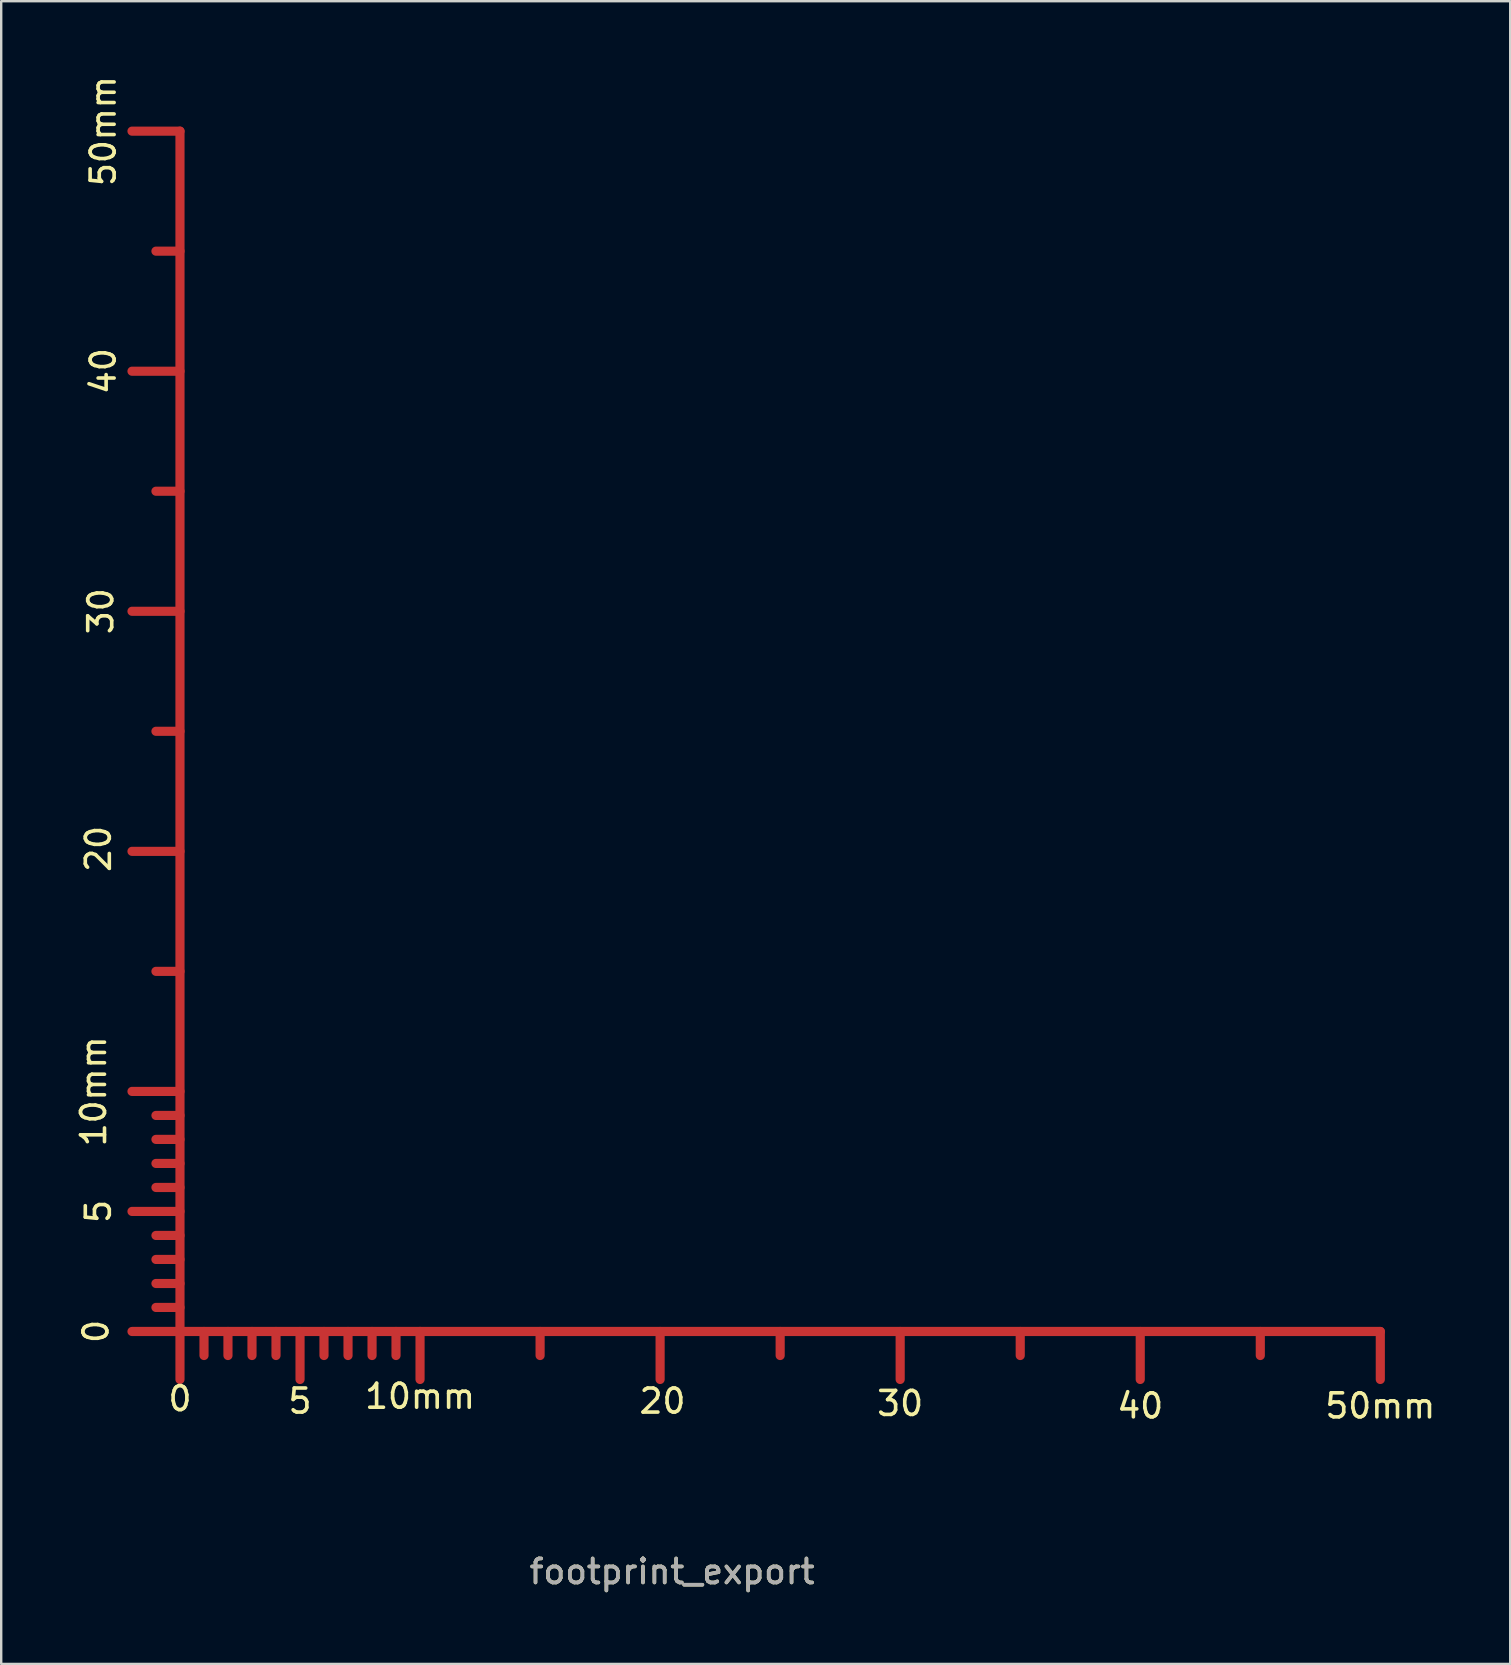
<source format=kicad_pcb>
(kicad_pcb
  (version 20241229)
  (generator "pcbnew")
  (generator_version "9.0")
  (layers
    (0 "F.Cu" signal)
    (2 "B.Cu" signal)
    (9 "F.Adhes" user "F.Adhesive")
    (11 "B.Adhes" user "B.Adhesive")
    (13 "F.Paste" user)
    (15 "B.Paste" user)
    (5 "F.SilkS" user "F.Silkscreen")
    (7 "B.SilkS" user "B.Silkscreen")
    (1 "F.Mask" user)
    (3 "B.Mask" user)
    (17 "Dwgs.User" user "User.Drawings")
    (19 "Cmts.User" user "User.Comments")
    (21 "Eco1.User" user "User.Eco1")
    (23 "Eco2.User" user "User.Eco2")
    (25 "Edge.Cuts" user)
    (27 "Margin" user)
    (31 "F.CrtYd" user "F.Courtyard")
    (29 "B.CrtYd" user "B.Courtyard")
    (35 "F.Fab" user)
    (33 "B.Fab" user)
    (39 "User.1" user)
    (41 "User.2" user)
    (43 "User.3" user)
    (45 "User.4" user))
  (footprint "footprint_export"
    (layer "F.Cu")
    (at 4.447 52.413)
    (property "Reference" "footprint_export" (at 20.5 10 0) (layer "F.SilkS") (effects (font (size 1 1) (thickness 0.15))))
    (attr exclude_from_pos_files exclude_from_bom)
    (fp_line (start 0 -50) (end -1.999 -50) (stroke (width 0.381) (type solid)) (layer "F.Cu"))
    (fp_line (start 0 -45.001) (end -1.001 -45.001) (stroke (width 0.381) (type solid)) (layer "F.Cu"))
    (fp_line (start 0 -40) (end -1.999 -40) (stroke (width 0.381) (type solid)) (layer "F.Cu"))
    (fp_line (start 0 -35.001) (end -1.001 -35.001) (stroke (width 0.381) (type solid)) (layer "F.Cu"))
    (fp_line (start 0 -30) (end -1.999 -30) (stroke (width 0.381) (type solid)) (layer "F.Cu"))
    (fp_line (start 0 -25.001) (end -1.001 -25.001) (stroke (width 0.381) (type solid)) (layer "F.Cu"))
    (fp_line (start 0 -20) (end -1.999 -20) (stroke (width 0.381) (type solid)) (layer "F.Cu"))
    (fp_line (start 0 -15.001) (end -1.001 -15.001) (stroke (width 0.381) (type solid)) (layer "F.Cu"))
    (fp_line (start 0 -10) (end -1.999 -10) (stroke (width 0.381) (type solid)) (layer "F.Cu"))
    (fp_line (start 0 -8.999) (end -1.001 -8.999) (stroke (width 0.381) (type solid)) (layer "F.Cu"))
    (fp_line (start 0 -8.001) (end -1.001 -8.001) (stroke (width 0.381) (type solid)) (layer "F.Cu"))
    (fp_line (start 0 -7) (end -1.001 -7) (stroke (width 0.381) (type solid)) (layer "F.Cu"))
    (fp_line (start 0 -5.999) (end -1.001 -5.999) (stroke (width 0.381) (type solid)) (layer "F.Cu"))
    (fp_line (start 0 -5.001) (end -1.999 -5.001) (stroke (width 0.381) (type solid)) (layer "F.Cu"))
    (fp_line (start 0 -4) (end -1.001 -4) (stroke (width 0.381) (type solid)) (layer "F.Cu"))
    (fp_line (start 0 -3) (end -1.001 -3) (stroke (width 0.381) (type solid)) (layer "F.Cu"))
    (fp_line (start 0 -1.999) (end -1.001 -1.999) (stroke (width 0.381) (type solid)) (layer "F.Cu"))
    (fp_line (start 0 -1.001) (end -1.001 -1.001) (stroke (width 0.381) (type solid)) (layer "F.Cu"))
    (fp_line (start 0 0) (end -1.999 0) (stroke (width 0.381) (type solid)) (layer "F.Cu"))
    (fp_line (start 0 0) (end 0 -50) (stroke (width 0.381) (type solid)) (layer "F.Cu"))
    (fp_line (start 0 0) (end 0 1.999) (stroke (width 0.381) (type solid)) (layer "F.Cu"))
    (fp_line (start 0 0) (end 10 0) (stroke (width 0.381) (type solid)) (layer "F.Cu"))
    (fp_line (start 1.001 0) (end 1.001 1.001) (stroke (width 0.381) (type solid)) (layer "F.Cu"))
    (fp_line (start 1.999 0) (end 1.999 1.001) (stroke (width 0.381) (type solid)) (layer "F.Cu"))
    (fp_line (start 3 0) (end 3 1.001) (stroke (width 0.381) (type solid)) (layer "F.Cu"))
    (fp_line (start 4 0) (end 4 1.001) (stroke (width 0.381) (type solid)) (layer "F.Cu"))
    (fp_line (start 5.001 0) (end 5.001 1.999) (stroke (width 0.381) (type solid)) (layer "F.Cu"))
    (fp_line (start 5.999 0) (end 5.999 1.001) (stroke (width 0.381) (type solid)) (layer "F.Cu"))
    (fp_line (start 7 0) (end 7 1.001) (stroke (width 0.381) (type solid)) (layer "F.Cu"))
    (fp_line (start 8.001 0) (end 8.001 1.001) (stroke (width 0.381) (type solid)) (layer "F.Cu"))
    (fp_line (start 8.999 0) (end 8.999 1.001) (stroke (width 0.381) (type solid)) (layer "F.Cu"))
    (fp_line (start 10 0) (end 10 1.999) (stroke (width 0.381) (type solid)) (layer "F.Cu"))
    (fp_line (start 10 0) (end 50 0) (stroke (width 0.381) (type solid)) (layer "F.Cu"))
    (fp_line (start 15.001 0) (end 15.001 1.001) (stroke (width 0.381) (type solid)) (layer "F.Cu"))
    (fp_line (start 20 0) (end 20 1.999) (stroke (width 0.381) (type solid)) (layer "F.Cu"))
    (fp_line (start 25.001 0) (end 25.001 1.001) (stroke (width 0.381) (type solid)) (layer "F.Cu"))
    (fp_line (start 30 0) (end 30 1.999) (stroke (width 0.381) (type solid)) (layer "F.Cu"))
    (fp_line (start 35.001 0) (end 35.001 1.001) (stroke (width 0.381) (type solid)) (layer "F.Cu"))
    (fp_line (start 40 0) (end 40 1.999) (stroke (width 0.381) (type solid)) (layer "F.Cu"))
    (fp_line (start 45.001 0) (end 45.001 1.001) (stroke (width 0.381) (type solid)) (layer "F.Cu"))
    (fp_line (start 50 0) (end 50 1.999) (stroke (width 0.381) (type solid)) (layer "F.Cu"))
    (fp_text user "30" (at 30 3 0) (layer "F.SilkS") (effects (font (size 1 1) (thickness 0.15))))
    (fp_text user "20" (at 20.099 2.901 0) (layer "F.SilkS") (effects (font (size 1 1) (thickness 0.15))))
    (fp_text user "5" (at 4.999 2.901 0) (layer "F.SilkS") (effects (font (size 1 1) (thickness 0.15))))
    (fp_text user "0" (at -3.5 -0.003 90) (layer "F.SilkS") (effects (font (size 1 1) (thickness 0.15))))
    (fp_text user "40" (at 40 3.101 0) (layer "F.SilkS") (effects (font (size 1 1) (thickness 0.15))))
    (fp_text user "50mm" (at 50 3.101 0) (layer "F.SilkS") (effects (font (size 1 1) (thickness 0.15))))
    (fp_text user "0" (at 0 2.799 0) (layer "F.SilkS") (effects (font (size 1 1) (thickness 0.15))))
    (fp_text user "10mm" (at -3.599 -10.003 90) (layer "F.SilkS") (effects (font (size 1 1) (thickness 0.15))))
    (fp_text user "50mm" (at -3.198 -50.002 90) (layer "F.SilkS") (effects (font (size 1 1) (thickness 0.15))))
    (fp_text user "5" (at -3.399 -5.001 90) (layer "F.SilkS") (effects (font (size 1 1) (thickness 0.15))))
    (fp_text user "20" (at -3.399 -20.102 90) (layer "F.SilkS") (effects (font (size 1 1) (thickness 0.15))))
    (fp_text user "40" (at -3.198 -40.002 90) (layer "F.SilkS") (effects (font (size 1 1) (thickness 0.15))))
    (fp_text user "10mm" (at 10 2.7 0) (layer "F.SilkS") (effects (font (size 1 1) (thickness 0.15))))
    (fp_text user "30" (at -3.299 -30.002 90) (layer "F.SilkS") (effects (font (size 1 1) (thickness 0.15))))
    (fp_text user "${REFERENCE}" (at 20.5 10 0) (layer "F.Fab") (effects (font (size 1 1) (thickness 0.15)))))
  (gr_rect
    (start -3 -3)
    (end 59.858 66.261)
    (stroke (width 0.1) (type default))
    (fill no)
    (layer "Edge.Cuts")))
</source>
